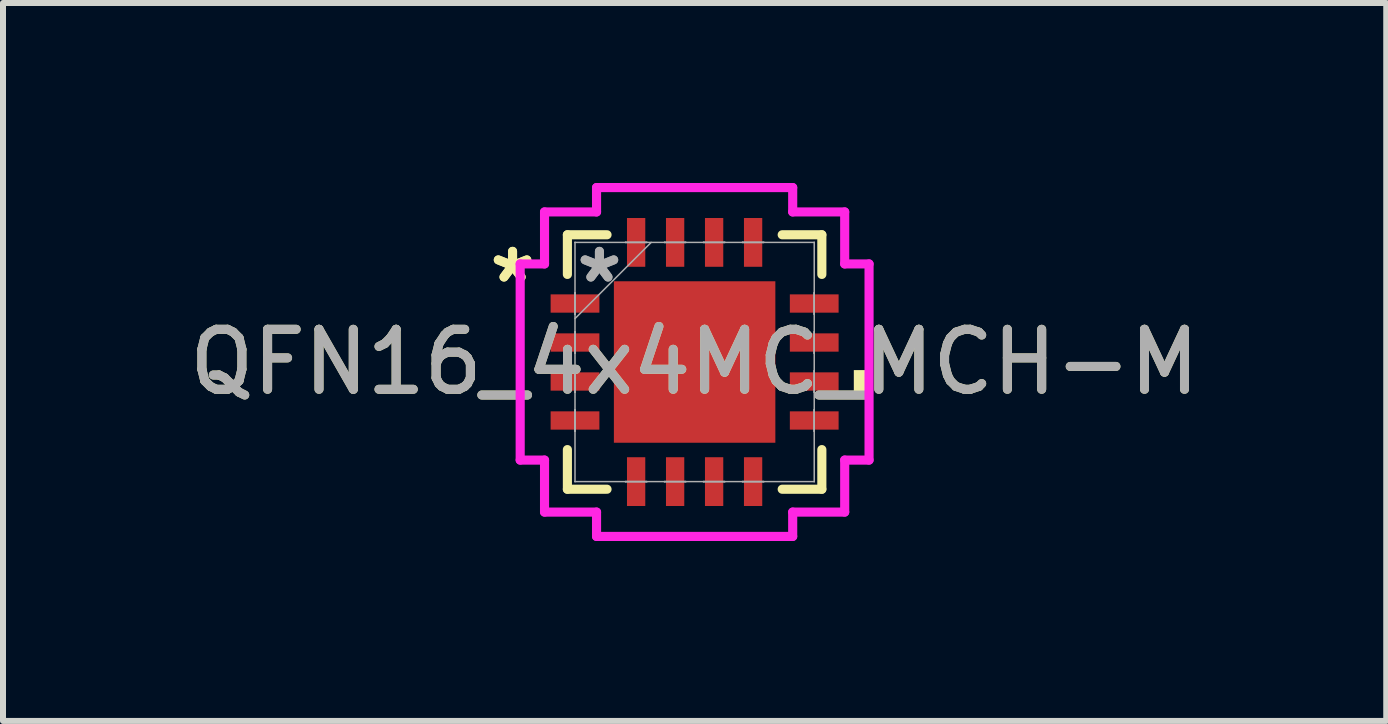
<source format=kicad_pcb>
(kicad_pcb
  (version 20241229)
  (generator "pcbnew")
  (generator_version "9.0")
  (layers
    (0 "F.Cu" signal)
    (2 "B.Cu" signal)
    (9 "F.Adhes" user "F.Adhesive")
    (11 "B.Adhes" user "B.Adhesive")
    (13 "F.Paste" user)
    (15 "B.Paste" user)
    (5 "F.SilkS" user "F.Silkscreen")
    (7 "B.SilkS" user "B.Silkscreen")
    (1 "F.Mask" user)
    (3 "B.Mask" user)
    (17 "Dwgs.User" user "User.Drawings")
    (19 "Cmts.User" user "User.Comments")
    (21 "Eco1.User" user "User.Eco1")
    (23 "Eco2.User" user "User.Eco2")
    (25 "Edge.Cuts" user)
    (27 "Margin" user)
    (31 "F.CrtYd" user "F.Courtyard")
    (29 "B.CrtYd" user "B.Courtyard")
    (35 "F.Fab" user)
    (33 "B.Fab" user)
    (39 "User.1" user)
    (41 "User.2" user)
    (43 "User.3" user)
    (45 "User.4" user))
  (footprint "QFN16_4x4MC_MCH-M"
    (layer "F.Cu")
    (at 8.53 2.985)
    (property "Reference" "QFN16_4x4MC_MCH-M" (at 0 0 0) (unlocked yes) (layer "F.SilkS") (effects (font (size 1 1) (thickness 0.15))))
    (attr smd)
    (fp_line (start -2.121 -2.121) (end -2.121 -1.46) (stroke (width 0.152) (type solid)) (layer "F.SilkS"))
    (fp_line (start -2.121 1.46) (end -2.121 2.121) (stroke (width 0.152) (type solid)) (layer "F.SilkS"))
    (fp_line (start -2.121 2.121) (end -1.46 2.121) (stroke (width 0.152) (type solid)) (layer "F.SilkS"))
    (fp_line (start -1.46 -2.121) (end -2.121 -2.121) (stroke (width 0.152) (type solid)) (layer "F.SilkS"))
    (fp_line (start 1.46 2.121) (end 2.121 2.121) (stroke (width 0.152) (type solid)) (layer "F.SilkS"))
    (fp_line (start 2.121 -2.121) (end 1.46 -2.121) (stroke (width 0.152) (type solid)) (layer "F.SilkS"))
    (fp_line (start 2.121 -1.46) (end 2.121 -2.121) (stroke (width 0.152) (type solid)) (layer "F.SilkS"))
    (fp_line (start 2.121 2.121) (end 2.121 1.46) (stroke (width 0.152) (type solid)) (layer "F.SilkS"))
    (fp_poly (pts (xy 2.908 0.135) (xy 2.908 0.516) (xy 2.654 0.516) (xy 2.654 0.135)) (stroke (width 0) (type solid)) (fill yes) (layer "F.SilkS"))
    (fp_poly (pts (xy -1.246 -1.246) (xy -1.246 -0.1) (xy -0.1 -0.1) (xy -0.1 -1.246)) (stroke (width 0) (type solid)) (fill yes) (layer "F.Paste"))
    (fp_poly (pts (xy -1.246 0.1) (xy -1.246 1.246) (xy -0.1 1.246) (xy -0.1 0.1)) (stroke (width 0) (type solid)) (fill yes) (layer "F.Paste"))
    (fp_poly (pts (xy 0.1 -1.246) (xy 0.1 -0.1) (xy 1.246 -0.1) (xy 1.246 -1.246)) (stroke (width 0) (type solid)) (fill yes) (layer "F.Paste"))
    (fp_poly (pts (xy 0.1 0.1) (xy 0.1 1.246) (xy 1.246 1.246) (xy 1.246 0.1)) (stroke (width 0) (type solid)) (fill yes) (layer "F.Paste"))
    (fp_line (start -2.908 -1.635) (end -2.502 -1.635) (stroke (width 0.152) (type solid)) (layer "F.CrtYd"))
    (fp_line (start -2.908 1.635) (end -2.908 -1.635) (stroke (width 0.152) (type solid)) (layer "F.CrtYd"))
    (fp_line (start -2.502 -2.502) (end -1.635 -2.502) (stroke (width 0.152) (type solid)) (layer "F.CrtYd"))
    (fp_line (start -2.502 -1.635) (end -2.502 -2.502) (stroke (width 0.152) (type solid)) (layer "F.CrtYd"))
    (fp_line (start -2.502 1.635) (end -2.908 1.635) (stroke (width 0.152) (type solid)) (layer "F.CrtYd"))
    (fp_line (start -2.502 2.502) (end -2.502 1.635) (stroke (width 0.152) (type solid)) (layer "F.CrtYd"))
    (fp_line (start -1.635 -2.908) (end 1.635 -2.908) (stroke (width 0.152) (type solid)) (layer "F.CrtYd"))
    (fp_line (start -1.635 -2.502) (end -1.635 -2.908) (stroke (width 0.152) (type solid)) (layer "F.CrtYd"))
    (fp_line (start -1.635 2.502) (end -2.502 2.502) (stroke (width 0.152) (type solid)) (layer "F.CrtYd"))
    (fp_line (start -1.635 2.908) (end -1.635 2.502) (stroke (width 0.152) (type solid)) (layer "F.CrtYd"))
    (fp_line (start 1.635 -2.908) (end 1.635 -2.502) (stroke (width 0.152) (type solid)) (layer "F.CrtYd"))
    (fp_line (start 1.635 -2.502) (end 2.502 -2.502) (stroke (width 0.152) (type solid)) (layer "F.CrtYd"))
    (fp_line (start 1.635 2.502) (end 1.635 2.908) (stroke (width 0.152) (type solid)) (layer "F.CrtYd"))
    (fp_line (start 1.635 2.908) (end -1.635 2.908) (stroke (width 0.152) (type solid)) (layer "F.CrtYd"))
    (fp_line (start 2.502 -2.502) (end 2.502 -1.635) (stroke (width 0.152) (type solid)) (layer "F.CrtYd"))
    (fp_line (start 2.502 -1.635) (end 2.908 -1.635) (stroke (width 0.152) (type solid)) (layer "F.CrtYd"))
    (fp_line (start 2.502 1.635) (end 2.502 2.502) (stroke (width 0.152) (type solid)) (layer "F.CrtYd"))
    (fp_line (start 2.502 2.502) (end 1.635 2.502) (stroke (width 0.152) (type solid)) (layer "F.CrtYd"))
    (fp_line (start 2.908 -1.635) (end 2.908 1.635) (stroke (width 0.152) (type solid)) (layer "F.CrtYd"))
    (fp_line (start 2.908 1.635) (end 2.502 1.635) (stroke (width 0.152) (type solid)) (layer "F.CrtYd"))
    (fp_line (start -1.994 -1.994) (end -1.994 -1.994) (stroke (width 0.025) (type solid)) (layer "F.Fab"))
    (fp_line (start -1.994 -1.994) (end -1.994 1.994) (stroke (width 0.025) (type solid)) (layer "F.Fab"))
    (fp_line (start -1.994 -1.153) (end -1.994 -1.153) (stroke (width 0.025) (type solid)) (layer "F.Fab"))
    (fp_line (start -1.994 -1.153) (end -1.994 -0.797) (stroke (width 0.025) (type solid)) (layer "F.Fab"))
    (fp_line (start -1.994 -0.797) (end -1.994 -1.153) (stroke (width 0.025) (type solid)) (layer "F.Fab"))
    (fp_line (start -1.994 -0.797) (end -1.994 -0.797) (stroke (width 0.025) (type solid)) (layer "F.Fab"))
    (fp_line (start -1.994 -0.724) (end -0.724 -1.994) (stroke (width 0.025) (type solid)) (layer "F.Fab"))
    (fp_line (start -1.994 -0.503) (end -1.994 -0.503) (stroke (width 0.025) (type solid)) (layer "F.Fab"))
    (fp_line (start -1.994 -0.503) (end -1.994 -0.147) (stroke (width 0.025) (type solid)) (layer "F.Fab"))
    (fp_line (start -1.994 -0.147) (end -1.994 -0.503) (stroke (width 0.025) (type solid)) (layer "F.Fab"))
    (fp_line (start -1.994 -0.147) (end -1.994 -0.147) (stroke (width 0.025) (type solid)) (layer "F.Fab"))
    (fp_line (start -1.994 0.147) (end -1.994 0.147) (stroke (width 0.025) (type solid)) (layer "F.Fab"))
    (fp_line (start -1.994 0.147) (end -1.994 0.503) (stroke (width 0.025) (type solid)) (layer "F.Fab"))
    (fp_line (start -1.994 0.503) (end -1.994 0.147) (stroke (width 0.025) (type solid)) (layer "F.Fab"))
    (fp_line (start -1.994 0.503) (end -1.994 0.503) (stroke (width 0.025) (type solid)) (layer "F.Fab"))
    (fp_line (start -1.994 0.797) (end -1.994 0.797) (stroke (width 0.025) (type solid)) (layer "F.Fab"))
    (fp_line (start -1.994 0.797) (end -1.994 1.153) (stroke (width 0.025) (type solid)) (layer "F.Fab"))
    (fp_line (start -1.994 1.153) (end -1.994 0.797) (stroke (width 0.025) (type solid)) (layer "F.Fab"))
    (fp_line (start -1.994 1.153) (end -1.994 1.153) (stroke (width 0.025) (type solid)) (layer "F.Fab"))
    (fp_line (start -1.994 1.994) (end -1.994 1.994) (stroke (width 0.025) (type solid)) (layer "F.Fab"))
    (fp_line (start -1.994 1.994) (end 1.994 1.994) (stroke (width 0.025) (type solid)) (layer "F.Fab"))
    (fp_line (start -1.153 -1.994) (end -1.153 -1.994) (stroke (width 0.025) (type solid)) (layer "F.Fab"))
    (fp_line (start -1.153 -1.994) (end -0.797 -1.994) (stroke (width 0.025) (type solid)) (layer "F.Fab"))
    (fp_line (start -1.153 1.994) (end -1.153 1.994) (stroke (width 0.025) (type solid)) (layer "F.Fab"))
    (fp_line (start -1.153 1.994) (end -0.797 1.994) (stroke (width 0.025) (type solid)) (layer "F.Fab"))
    (fp_line (start -0.797 -1.994) (end -1.153 -1.994) (stroke (width 0.025) (type solid)) (layer "F.Fab"))
    (fp_line (start -0.797 -1.994) (end -0.797 -1.994) (stroke (width 0.025) (type solid)) (layer "F.Fab"))
    (fp_line (start -0.797 1.994) (end -1.153 1.994) (stroke (width 0.025) (type solid)) (layer "F.Fab"))
    (fp_line (start -0.797 1.994) (end -0.797 1.994) (stroke (width 0.025) (type solid)) (layer "F.Fab"))
    (fp_line (start -0.503 -1.994) (end -0.503 -1.994) (stroke (width 0.025) (type solid)) (layer "F.Fab"))
    (fp_line (start -0.503 -1.994) (end -0.147 -1.994) (stroke (width 0.025) (type solid)) (layer "F.Fab"))
    (fp_line (start -0.503 1.994) (end -0.503 1.994) (stroke (width 0.025) (type solid)) (layer "F.Fab"))
    (fp_line (start -0.503 1.994) (end -0.147 1.994) (stroke (width 0.025) (type solid)) (layer "F.Fab"))
    (fp_line (start -0.147 -1.994) (end -0.503 -1.994) (stroke (width 0.025) (type solid)) (layer "F.Fab"))
    (fp_line (start -0.147 -1.994) (end -0.147 -1.994) (stroke (width 0.025) (type solid)) (layer "F.Fab"))
    (fp_line (start -0.147 1.994) (end -0.503 1.994) (stroke (width 0.025) (type solid)) (layer "F.Fab"))
    (fp_line (start -0.147 1.994) (end -0.147 1.994) (stroke (width 0.025) (type solid)) (layer "F.Fab"))
    (fp_line (start 0.147 -1.994) (end 0.147 -1.994) (stroke (width 0.025) (type solid)) (layer "F.Fab"))
    (fp_line (start 0.147 -1.994) (end 0.503 -1.994) (stroke (width 0.025) (type solid)) (layer "F.Fab"))
    (fp_line (start 0.147 1.994) (end 0.147 1.994) (stroke (width 0.025) (type solid)) (layer "F.Fab"))
    (fp_line (start 0.147 1.994) (end 0.503 1.994) (stroke (width 0.025) (type solid)) (layer "F.Fab"))
    (fp_line (start 0.503 -1.994) (end 0.147 -1.994) (stroke (width 0.025) (type solid)) (layer "F.Fab"))
    (fp_line (start 0.503 -1.994) (end 0.503 -1.994) (stroke (width 0.025) (type solid)) (layer "F.Fab"))
    (fp_line (start 0.503 1.994) (end 0.147 1.994) (stroke (width 0.025) (type solid)) (layer "F.Fab"))
    (fp_line (start 0.503 1.994) (end 0.503 1.994) (stroke (width 0.025) (type solid)) (layer "F.Fab"))
    (fp_line (start 0.797 -1.994) (end 0.797 -1.994) (stroke (width 0.025) (type solid)) (layer "F.Fab"))
    (fp_line (start 0.797 -1.994) (end 1.153 -1.994) (stroke (width 0.025) (type solid)) (layer "F.Fab"))
    (fp_line (start 0.797 1.994) (end 0.797 1.994) (stroke (width 0.025) (type solid)) (layer "F.Fab"))
    (fp_line (start 0.797 1.994) (end 1.153 1.994) (stroke (width 0.025) (type solid)) (layer "F.Fab"))
    (fp_line (start 1.153 -1.994) (end 0.797 -1.994) (stroke (width 0.025) (type solid)) (layer "F.Fab"))
    (fp_line (start 1.153 -1.994) (end 1.153 -1.994) (stroke (width 0.025) (type solid)) (layer "F.Fab"))
    (fp_line (start 1.153 1.994) (end 0.797 1.994) (stroke (width 0.025) (type solid)) (layer "F.Fab"))
    (fp_line (start 1.153 1.994) (end 1.153 1.994) (stroke (width 0.025) (type solid)) (layer "F.Fab"))
    (fp_line (start 1.994 -1.994) (end -1.994 -1.994) (stroke (width 0.025) (type solid)) (layer "F.Fab"))
    (fp_line (start 1.994 -1.994) (end 1.994 -1.994) (stroke (width 0.025) (type solid)) (layer "F.Fab"))
    (fp_line (start 1.994 -1.153) (end 1.994 -1.153) (stroke (width 0.025) (type solid)) (layer "F.Fab"))
    (fp_line (start 1.994 -1.153) (end 1.994 -0.797) (stroke (width 0.025) (type solid)) (layer "F.Fab"))
    (fp_line (start 1.994 -0.797) (end 1.994 -1.153) (stroke (width 0.025) (type solid)) (layer "F.Fab"))
    (fp_line (start 1.994 -0.797) (end 1.994 -0.797) (stroke (width 0.025) (type solid)) (layer "F.Fab"))
    (fp_line (start 1.994 -0.503) (end 1.994 -0.503) (stroke (width 0.025) (type solid)) (layer "F.Fab"))
    (fp_line (start 1.994 -0.503) (end 1.994 -0.147) (stroke (width 0.025) (type solid)) (layer "F.Fab"))
    (fp_line (start 1.994 -0.147) (end 1.994 -0.503) (stroke (width 0.025) (type solid)) (layer "F.Fab"))
    (fp_line (start 1.994 -0.147) (end 1.994 -0.147) (stroke (width 0.025) (type solid)) (layer "F.Fab"))
    (fp_line (start 1.994 0.147) (end 1.994 0.147) (stroke (width 0.025) (type solid)) (layer "F.Fab"))
    (fp_line (start 1.994 0.147) (end 1.994 0.503) (stroke (width 0.025) (type solid)) (layer "F.Fab"))
    (fp_line (start 1.994 0.503) (end 1.994 0.147) (stroke (width 0.025) (type solid)) (layer "F.Fab"))
    (fp_line (start 1.994 0.503) (end 1.994 0.503) (stroke (width 0.025) (type solid)) (layer "F.Fab"))
    (fp_line (start 1.994 0.797) (end 1.994 0.797) (stroke (width 0.025) (type solid)) (layer "F.Fab"))
    (fp_line (start 1.994 0.797) (end 1.994 1.153) (stroke (width 0.025) (type solid)) (layer "F.Fab"))
    (fp_line (start 1.994 1.153) (end 1.994 0.797) (stroke (width 0.025) (type solid)) (layer "F.Fab"))
    (fp_line (start 1.994 1.153) (end 1.994 1.153) (stroke (width 0.025) (type solid)) (layer "F.Fab"))
    (fp_line (start 1.994 1.994) (end 1.994 -1.994) (stroke (width 0.025) (type solid)) (layer "F.Fab"))
    (fp_line (start 1.994 1.994) (end 1.994 1.994) (stroke (width 0.025) (type solid)) (layer "F.Fab"))
    (fp_text user "*" (at -3.035 -1.3 0) (unlocked yes) (layer "F.SilkS") (effects (font (size 1 1) (thickness 0.15))))
    (fp_text user "*" (at -3.035 -1.3 0) (layer "F.SilkS") (effects (font (size 1 1) (thickness 0.15))))
    (fp_text user "*" (at -1.587 -1.3 0) (unlocked yes) (layer "F.Fab") (effects (font (size 1 1) (thickness 0.15))))
    (fp_text user "*" (at -1.587 -1.3 0) (layer "F.Fab") (effects (font (size 1 1) (thickness 0.15))))
    (fp_text user "${REFERENCE}" (at 0 0 0) (unlocked yes) (layer "F.Fab") (effects (font (size 1 1) (thickness 0.15))))
    (pad "1" smd rect (at -1.994 -0.975 90) (size 0.305 0.813) (layers "F.Cu" "F.Mask" "F.Paste"))
    (pad "2" smd rect (at -1.994 -0.325 90) (size 0.305 0.813) (layers "F.Cu" "F.Mask" "F.Paste"))
    (pad "3" smd rect (at -1.994 0.325 90) (size 0.305 0.813) (layers "F.Cu" "F.Mask" "F.Paste"))
    (pad "4" smd rect (at -1.994 0.975 90) (size 0.305 0.813) (layers "F.Cu" "F.Mask" "F.Paste"))
    (pad "5" smd rect (at -0.975 1.994) (size 0.305 0.813) (layers "F.Cu" "F.Mask" "F.Paste"))
    (pad "6" smd rect (at -0.325 1.994) (size 0.305 0.813) (layers "F.Cu" "F.Mask" "F.Paste"))
    (pad "7" smd rect (at 0.325 1.994) (size 0.305 0.813) (layers "F.Cu" "F.Mask" "F.Paste"))
    (pad "8" smd rect (at 0.975 1.994) (size 0.305 0.813) (layers "F.Cu" "F.Mask" "F.Paste"))
    (pad "9" smd rect (at 1.994 0.975 90) (size 0.305 0.813) (layers "F.Cu" "F.Mask" "F.Paste"))
    (pad "10" smd rect (at 1.994 0.325 90) (size 0.305 0.813) (layers "F.Cu" "F.Mask" "F.Paste"))
    (pad "11" smd rect (at 1.994 -0.325 90) (size 0.305 0.813) (layers "F.Cu" "F.Mask" "F.Paste"))
    (pad "12" smd rect (at 1.994 -0.975 90) (size 0.305 0.813) (layers "F.Cu" "F.Mask" "F.Paste"))
    (pad "13" smd rect (at 0.975 -1.994) (size 0.305 0.813) (layers "F.Cu" "F.Mask" "F.Paste"))
    (pad "14" smd rect (at 0.325 -1.994) (size 0.305 0.813) (layers "F.Cu" "F.Mask" "F.Paste"))
    (pad "15" smd rect (at -0.325 -1.994) (size 0.305 0.813) (layers "F.Cu" "F.Mask" "F.Paste"))
    (pad "16" smd rect (at -0.975 -1.994) (size 0.305 0.813) (layers "F.Cu" "F.Mask" "F.Paste"))
    (pad "17" smd rect (at 0 0) (size 2.692 2.692) (layers "F.Cu" "F.Mask")))
  (gr_rect
    (start -3 -3)
    (end 20.06 8.969)
    (stroke (width 0.1) (type default))
    (fill no)
    (layer "Edge.Cuts")))
</source>
